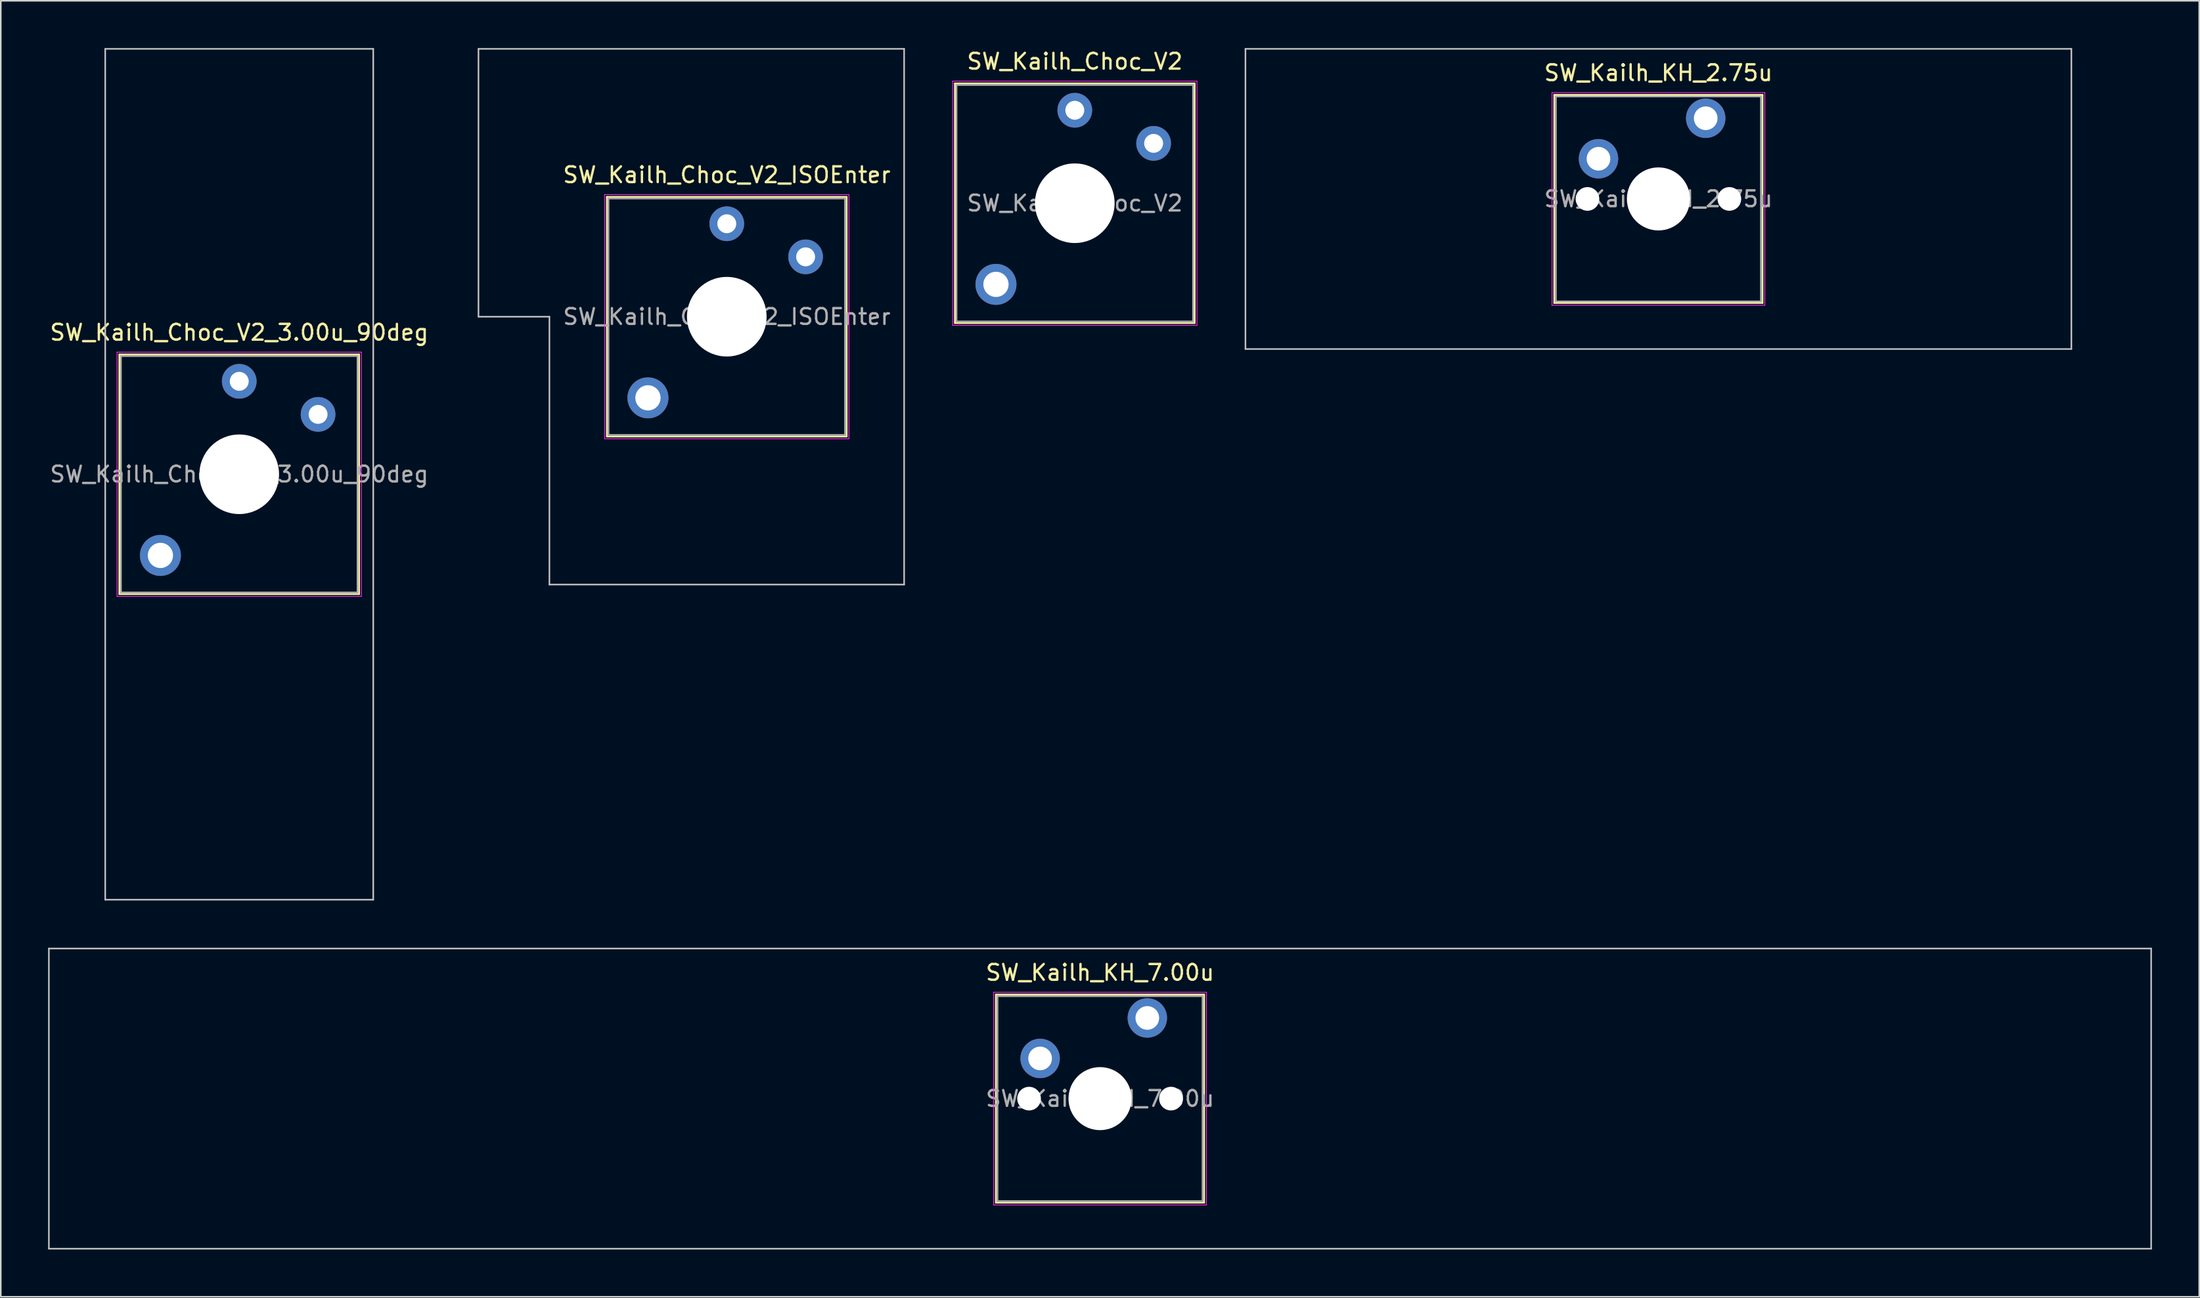
<source format=kicad_pcb>
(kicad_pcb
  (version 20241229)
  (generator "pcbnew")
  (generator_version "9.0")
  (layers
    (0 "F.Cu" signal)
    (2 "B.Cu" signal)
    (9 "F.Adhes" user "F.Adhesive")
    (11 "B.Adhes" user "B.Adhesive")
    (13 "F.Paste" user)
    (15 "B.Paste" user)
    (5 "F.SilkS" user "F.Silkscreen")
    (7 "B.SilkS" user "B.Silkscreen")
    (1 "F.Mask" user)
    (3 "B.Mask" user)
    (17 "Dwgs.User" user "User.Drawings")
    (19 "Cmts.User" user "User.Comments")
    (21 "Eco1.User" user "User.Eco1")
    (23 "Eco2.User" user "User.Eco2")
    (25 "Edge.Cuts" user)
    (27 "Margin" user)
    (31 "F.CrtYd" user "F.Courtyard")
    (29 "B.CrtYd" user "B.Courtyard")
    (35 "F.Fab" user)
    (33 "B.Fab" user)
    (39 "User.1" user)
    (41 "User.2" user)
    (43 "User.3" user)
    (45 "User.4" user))
  (footprint "SW_Kailh_Choc_V2_ISOEnter"
    (layer "F.Cu")
    (at 43.05 17.05)
    (property "Reference" "SW_Kailh_Choc_V2_ISOEnter" (at 0 -9 0) (layer "F.SilkS") (effects (font (size 1 1) (thickness 0.15))))
    (attr through_hole)
    (fp_line (start -7.6 -7.6) (end -7.6 7.6) (stroke (width 0.12) (type solid)) (layer "F.SilkS"))
    (fp_line (start -7.6 7.6) (end 7.6 7.6) (stroke (width 0.12) (type solid)) (layer "F.SilkS"))
    (fp_line (start 7.6 -7.6) (end -7.6 -7.6) (stroke (width 0.12) (type solid)) (layer "F.SilkS"))
    (fp_line (start 7.6 7.6) (end 7.6 -7.6) (stroke (width 0.12) (type solid)) (layer "F.SilkS"))
    (fp_line (start -15.75 -17) (end -15.75 0) (stroke (width 0.1) (type solid)) (layer "Dwgs.User"))
    (fp_line (start -15.75 0) (end -11.25 0) (stroke (width 0.1) (type solid)) (layer "Dwgs.User"))
    (fp_line (start -11.25 0) (end -11.25 17) (stroke (width 0.1) (type solid)) (layer "Dwgs.User"))
    (fp_line (start -11.25 17) (end 11.25 17) (stroke (width 0.1) (type solid)) (layer "Dwgs.User"))
    (fp_line (start 11.25 -17) (end -15.75 -17) (stroke (width 0.1) (type solid)) (layer "Dwgs.User"))
    (fp_line (start 11.25 17) (end 11.25 -17) (stroke (width 0.1) (type solid)) (layer "Dwgs.User"))
    (fp_line (start -7.25 -7.25) (end -7.25 7.25) (stroke (width 0.1) (type solid)) (layer "Eco1.User"))
    (fp_line (start -7.25 7.25) (end 7.25 7.25) (stroke (width 0.1) (type solid)) (layer "Eco1.User"))
    (fp_line (start 7.25 -7.25) (end -7.25 -7.25) (stroke (width 0.1) (type solid)) (layer "Eco1.User"))
    (fp_line (start 7.25 7.25) (end 7.25 -7.25) (stroke (width 0.1) (type solid)) (layer "Eco1.User"))
    (fp_line (start -7.75 -7.75) (end -7.75 7.75) (stroke (width 0.05) (type solid)) (layer "F.CrtYd"))
    (fp_line (start -7.75 7.75) (end 7.75 7.75) (stroke (width 0.05) (type solid)) (layer "F.CrtYd"))
    (fp_line (start 7.75 -7.75) (end -7.75 -7.75) (stroke (width 0.05) (type solid)) (layer "F.CrtYd"))
    (fp_line (start 7.75 7.75) (end 7.75 -7.75) (stroke (width 0.05) (type solid)) (layer "F.CrtYd"))
    (fp_line (start -7.5 -7.5) (end -7.5 7.5) (stroke (width 0.1) (type solid)) (layer "F.Fab"))
    (fp_line (start -7.5 7.5) (end 7.5 7.5) (stroke (width 0.1) (type solid)) (layer "F.Fab"))
    (fp_line (start 7.5 -7.5) (end -7.5 -7.5) (stroke (width 0.1) (type solid)) (layer "F.Fab"))
    (fp_line (start 7.5 7.5) (end 7.5 -7.5) (stroke (width 0.1) (type solid)) (layer "F.Fab"))
    (fp_text user "${REFERENCE}" (at 0 0 0) (layer "F.Fab") (effects (font (size 1 1) (thickness 0.15))))
    (pad "" thru_hole circle (at -5 5.15) (size 2.6 2.6) (drill 1.6) (layers "*.Cu" "*.Mask"))
    (pad "" np_thru_hole circle (at 0 0) (size 5.05 5.05) (drill 5.05) (layers "*.Cu" "*.Mask"))
    (pad "1" thru_hole circle (at 0 -5.9) (size 2.2 2.2) (drill 1.2) (layers "*.Cu" "*.Mask"))
    (pad "2" thru_hole circle (at 5 -3.8) (size 2.2 2.2) (drill 1.2) (layers "*.Cu" "*.Mask")))
  (footprint "SW_Kailh_KH_2.75u"
    (layer "F.Cu")
    (at 102.144 9.575)
    (property "Reference" "SW_Kailh_KH_2.75u" (at 0 -8 0) (layer "F.SilkS") (effects (font (size 1 1) (thickness 0.15))))
    (attr through_hole)
    (fp_line (start -6.6 -6.6) (end -6.6 6.6) (stroke (width 0.12) (type solid)) (layer "F.SilkS"))
    (fp_line (start -6.6 6.6) (end 6.6 6.6) (stroke (width 0.12) (type solid)) (layer "F.SilkS"))
    (fp_line (start 6.6 -6.6) (end -6.6 -6.6) (stroke (width 0.12) (type solid)) (layer "F.SilkS"))
    (fp_line (start 6.6 6.6) (end 6.6 -6.6) (stroke (width 0.12) (type solid)) (layer "F.SilkS"))
    (fp_line (start -26.194 -9.525) (end -26.194 9.525) (stroke (width 0.1) (type solid)) (layer "Dwgs.User"))
    (fp_line (start -26.194 9.525) (end 26.194 9.525) (stroke (width 0.1) (type solid)) (layer "Dwgs.User"))
    (fp_line (start 26.194 -9.525) (end -26.194 -9.525) (stroke (width 0.1) (type solid)) (layer "Dwgs.User"))
    (fp_line (start 26.194 9.525) (end 26.194 -9.525) (stroke (width 0.1) (type solid)) (layer "Dwgs.User"))
    (fp_line (start -6.1 -6.1) (end -6.1 6.1) (stroke (width 0.1) (type solid)) (layer "Eco1.User"))
    (fp_line (start -6.1 6.1) (end 6.1 6.1) (stroke (width 0.1) (type solid)) (layer "Eco1.User"))
    (fp_line (start 6.1 -6.1) (end -6.1 -6.1) (stroke (width 0.1) (type solid)) (layer "Eco1.User"))
    (fp_line (start 6.1 6.1) (end 6.1 -6.1) (stroke (width 0.1) (type solid)) (layer "Eco1.User"))
    (fp_line (start -6.75 -6.75) (end -6.75 6.75) (stroke (width 0.05) (type solid)) (layer "F.CrtYd"))
    (fp_line (start -6.75 6.75) (end 6.75 6.75) (stroke (width 0.05) (type solid)) (layer "F.CrtYd"))
    (fp_line (start 6.75 -6.75) (end -6.75 -6.75) (stroke (width 0.05) (type solid)) (layer "F.CrtYd"))
    (fp_line (start 6.75 6.75) (end 6.75 -6.75) (stroke (width 0.05) (type solid)) (layer "F.CrtYd"))
    (fp_line (start -6.5 -6.5) (end -6.5 6.5) (stroke (width 0.1) (type solid)) (layer "F.Fab"))
    (fp_line (start -6.5 6.5) (end 6.5 6.5) (stroke (width 0.1) (type solid)) (layer "F.Fab"))
    (fp_line (start 6.5 -6.5) (end -6.5 -6.5) (stroke (width 0.1) (type solid)) (layer "F.Fab"))
    (fp_line (start 6.5 6.5) (end 6.5 -6.5) (stroke (width 0.1) (type solid)) (layer "F.Fab"))
    (fp_text user "${REFERENCE}" (at 0 0 0) (layer "F.Fab") (effects (font (size 1 1) (thickness 0.15))))
    (pad "" np_thru_hole circle (at -4.5 0) (size 1.5 1.5) (drill 1.5) (layers "*.Cu" "*.Mask"))
    (pad "" np_thru_hole circle (at 0 0) (size 4 4) (drill 4) (layers "*.Cu" "*.Mask"))
    (pad "" np_thru_hole circle (at 4.5 0) (size 1.5 1.5) (drill 1.5) (layers "*.Cu" "*.Mask"))
    (pad "1" thru_hole circle (at -3.8 -2.55) (size 2.5 2.5) (drill 1.5) (layers "*.Cu" "*.Mask"))
    (pad "2" thru_hole circle (at 3 -5.12) (size 2.5 2.5) (drill 1.5) (layers "*.Cu" "*.Mask")))
  (footprint "SW_Kailh_Choc_V2_3.00u_90deg"
    (layer "F.Cu")
    (at 12.125 27.05)
    (property "Reference" "SW_Kailh_Choc_V2_3.00u_90deg" (at 0 -9 0) (layer "F.SilkS") (effects (font (size 1 1) (thickness 0.15))))
    (attr through_hole)
    (fp_line (start -7.6 -7.6) (end -7.6 7.6) (stroke (width 0.12) (type solid)) (layer "F.SilkS"))
    (fp_line (start -7.6 7.6) (end 7.6 7.6) (stroke (width 0.12) (type solid)) (layer "F.SilkS"))
    (fp_line (start 7.6 -7.6) (end -7.6 -7.6) (stroke (width 0.12) (type solid)) (layer "F.SilkS"))
    (fp_line (start 7.6 7.6) (end 7.6 -7.6) (stroke (width 0.12) (type solid)) (layer "F.SilkS"))
    (fp_line (start -8.5 -27) (end 8.5 -27) (stroke (width 0.1) (type solid)) (layer "Dwgs.User"))
    (fp_line (start -8.5 27) (end -8.5 -27) (stroke (width 0.1) (type solid)) (layer "Dwgs.User"))
    (fp_line (start 8.5 -27) (end 8.5 27) (stroke (width 0.1) (type solid)) (layer "Dwgs.User"))
    (fp_line (start 8.5 27) (end -8.5 27) (stroke (width 0.1) (type solid)) (layer "Dwgs.User"))
    (fp_line (start -7.25 -7.25) (end -7.25 7.25) (stroke (width 0.1) (type solid)) (layer "Eco1.User"))
    (fp_line (start -7.25 7.25) (end 7.25 7.25) (stroke (width 0.1) (type solid)) (layer "Eco1.User"))
    (fp_line (start 7.25 -7.25) (end -7.25 -7.25) (stroke (width 0.1) (type solid)) (layer "Eco1.User"))
    (fp_line (start 7.25 7.25) (end 7.25 -7.25) (stroke (width 0.1) (type solid)) (layer "Eco1.User"))
    (fp_line (start -7.75 -7.75) (end -7.75 7.75) (stroke (width 0.05) (type solid)) (layer "F.CrtYd"))
    (fp_line (start -7.75 7.75) (end 7.75 7.75) (stroke (width 0.05) (type solid)) (layer "F.CrtYd"))
    (fp_line (start 7.75 -7.75) (end -7.75 -7.75) (stroke (width 0.05) (type solid)) (layer "F.CrtYd"))
    (fp_line (start 7.75 7.75) (end 7.75 -7.75) (stroke (width 0.05) (type solid)) (layer "F.CrtYd"))
    (fp_line (start -7.5 -7.5) (end -7.5 7.5) (stroke (width 0.1) (type solid)) (layer "F.Fab"))
    (fp_line (start -7.5 7.5) (end 7.5 7.5) (stroke (width 0.1) (type solid)) (layer "F.Fab"))
    (fp_line (start 7.5 -7.5) (end -7.5 -7.5) (stroke (width 0.1) (type solid)) (layer "F.Fab"))
    (fp_line (start 7.5 7.5) (end 7.5 -7.5) (stroke (width 0.1) (type solid)) (layer "F.Fab"))
    (fp_text user "${REFERENCE}" (at 0 0 0) (layer "F.Fab") (effects (font (size 1 1) (thickness 0.15))))
    (pad "" thru_hole circle (at -5 5.15) (size 2.6 2.6) (drill 1.6) (layers "*.Cu" "*.Mask"))
    (pad "" np_thru_hole circle (at 0 0) (size 5.05 5.05) (drill 5.05) (layers "*.Cu" "*.Mask"))
    (pad "1" thru_hole circle (at 0 -5.9) (size 2.2 2.2) (drill 1.2) (layers "*.Cu" "*.Mask"))
    (pad "2" thru_hole circle (at 5 -3.8) (size 2.2 2.2) (drill 1.2) (layers "*.Cu" "*.Mask")))
  (footprint "SW_Kailh_KH_7.00u"
    (layer "F.Cu")
    (at 66.725 66.675)
    (property "Reference" "SW_Kailh_KH_7.00u" (at 0 -8 0) (layer "F.SilkS") (effects (font (size 1 1) (thickness 0.15))))
    (attr through_hole)
    (fp_line (start -6.6 -6.6) (end -6.6 6.6) (stroke (width 0.12) (type solid)) (layer "F.SilkS"))
    (fp_line (start -6.6 6.6) (end 6.6 6.6) (stroke (width 0.12) (type solid)) (layer "F.SilkS"))
    (fp_line (start 6.6 -6.6) (end -6.6 -6.6) (stroke (width 0.12) (type solid)) (layer "F.SilkS"))
    (fp_line (start 6.6 6.6) (end 6.6 -6.6) (stroke (width 0.12) (type solid)) (layer "F.SilkS"))
    (fp_line (start -66.675 -9.525) (end -66.675 9.525) (stroke (width 0.1) (type solid)) (layer "Dwgs.User"))
    (fp_line (start -66.675 9.525) (end 66.675 9.525) (stroke (width 0.1) (type solid)) (layer "Dwgs.User"))
    (fp_line (start 66.675 -9.525) (end -66.675 -9.525) (stroke (width 0.1) (type solid)) (layer "Dwgs.User"))
    (fp_line (start 66.675 9.525) (end 66.675 -9.525) (stroke (width 0.1) (type solid)) (layer "Dwgs.User"))
    (fp_line (start -6.1 -6.1) (end -6.1 6.1) (stroke (width 0.1) (type solid)) (layer "Eco1.User"))
    (fp_line (start -6.1 6.1) (end 6.1 6.1) (stroke (width 0.1) (type solid)) (layer "Eco1.User"))
    (fp_line (start 6.1 -6.1) (end -6.1 -6.1) (stroke (width 0.1) (type solid)) (layer "Eco1.User"))
    (fp_line (start 6.1 6.1) (end 6.1 -6.1) (stroke (width 0.1) (type solid)) (layer "Eco1.User"))
    (fp_line (start -6.75 -6.75) (end -6.75 6.75) (stroke (width 0.05) (type solid)) (layer "F.CrtYd"))
    (fp_line (start -6.75 6.75) (end 6.75 6.75) (stroke (width 0.05) (type solid)) (layer "F.CrtYd"))
    (fp_line (start 6.75 -6.75) (end -6.75 -6.75) (stroke (width 0.05) (type solid)) (layer "F.CrtYd"))
    (fp_line (start 6.75 6.75) (end 6.75 -6.75) (stroke (width 0.05) (type solid)) (layer "F.CrtYd"))
    (fp_line (start -6.5 -6.5) (end -6.5 6.5) (stroke (width 0.1) (type solid)) (layer "F.Fab"))
    (fp_line (start -6.5 6.5) (end 6.5 6.5) (stroke (width 0.1) (type solid)) (layer "F.Fab"))
    (fp_line (start 6.5 -6.5) (end -6.5 -6.5) (stroke (width 0.1) (type solid)) (layer "F.Fab"))
    (fp_line (start 6.5 6.5) (end 6.5 -6.5) (stroke (width 0.1) (type solid)) (layer "F.Fab"))
    (fp_text user "${REFERENCE}" (at 0 0 0) (layer "F.Fab") (effects (font (size 1 1) (thickness 0.15))))
    (pad "" np_thru_hole circle (at -4.5 0) (size 1.5 1.5) (drill 1.5) (layers "*.Cu" "*.Mask"))
    (pad "" np_thru_hole circle (at 0 0) (size 4 4) (drill 4) (layers "*.Cu" "*.Mask"))
    (pad "" np_thru_hole circle (at 4.5 0) (size 1.5 1.5) (drill 1.5) (layers "*.Cu" "*.Mask"))
    (pad "1" thru_hole circle (at -3.8 -2.55) (size 2.5 2.5) (drill 1.5) (layers "*.Cu" "*.Mask"))
    (pad "2" thru_hole circle (at 3 -5.12) (size 2.5 2.5) (drill 1.5) (layers "*.Cu" "*.Mask")))
  (footprint "SW_Kailh_Choc_V2"
    (layer "F.Cu")
    (at 65.125 9.848)
    (property "Reference" "SW_Kailh_Choc_V2" (at 0 -9 0) (layer "F.SilkS") (effects (font (size 1 1) (thickness 0.15))))
    (attr through_hole)
    (fp_line (start -7.6 -7.6) (end -7.6 7.6) (stroke (width 0.12) (type solid)) (layer "F.SilkS"))
    (fp_line (start -7.6 7.6) (end 7.6 7.6) (stroke (width 0.12) (type solid)) (layer "F.SilkS"))
    (fp_line (start 7.6 -7.6) (end -7.6 -7.6) (stroke (width 0.12) (type solid)) (layer "F.SilkS"))
    (fp_line (start 7.6 7.6) (end 7.6 -7.6) (stroke (width 0.12) (type solid)) (layer "F.SilkS"))
    (fp_line (start -7.25 -7.25) (end -7.25 7.25) (stroke (width 0.1) (type solid)) (layer "Eco1.User"))
    (fp_line (start -7.25 7.25) (end 7.25 7.25) (stroke (width 0.1) (type solid)) (layer "Eco1.User"))
    (fp_line (start 7.25 -7.25) (end -7.25 -7.25) (stroke (width 0.1) (type solid)) (layer "Eco1.User"))
    (fp_line (start 7.25 7.25) (end 7.25 -7.25) (stroke (width 0.1) (type solid)) (layer "Eco1.User"))
    (fp_line (start -7.75 -7.75) (end -7.75 7.75) (stroke (width 0.05) (type solid)) (layer "F.CrtYd"))
    (fp_line (start -7.75 7.75) (end 7.75 7.75) (stroke (width 0.05) (type solid)) (layer "F.CrtYd"))
    (fp_line (start 7.75 -7.75) (end -7.75 -7.75) (stroke (width 0.05) (type solid)) (layer "F.CrtYd"))
    (fp_line (start 7.75 7.75) (end 7.75 -7.75) (stroke (width 0.05) (type solid)) (layer "F.CrtYd"))
    (fp_line (start -7.5 -7.5) (end -7.5 7.5) (stroke (width 0.1) (type solid)) (layer "F.Fab"))
    (fp_line (start -7.5 7.5) (end 7.5 7.5) (stroke (width 0.1) (type solid)) (layer "F.Fab"))
    (fp_line (start 7.5 -7.5) (end -7.5 -7.5) (stroke (width 0.1) (type solid)) (layer "F.Fab"))
    (fp_line (start 7.5 7.5) (end 7.5 -7.5) (stroke (width 0.1) (type solid)) (layer "F.Fab"))
    (fp_text user "${REFERENCE}" (at 0 0 0) (layer "F.Fab") (effects (font (size 1 1) (thickness 0.15))))
    (pad "" thru_hole circle (at -5 5.15) (size 2.6 2.6) (drill 1.6) (layers "*.Cu" "*.Mask"))
    (pad "" np_thru_hole circle (at 0 0) (size 5.05 5.05) (drill 5.05) (layers "*.Cu" "*.Mask"))
    (pad "1" thru_hole circle (at 0 -5.9) (size 2.2 2.2) (drill 1.2) (layers "*.Cu" "*.Mask"))
    (pad "2" thru_hole circle (at 5 -3.8) (size 2.2 2.2) (drill 1.2) (layers "*.Cu" "*.Mask")))
  (gr_rect
    (start -3 -3)
    (end 136.45 79.25)
    (stroke (width 0.1) (type default))
    (fill no)
    (layer "Edge.Cuts")))
</source>
